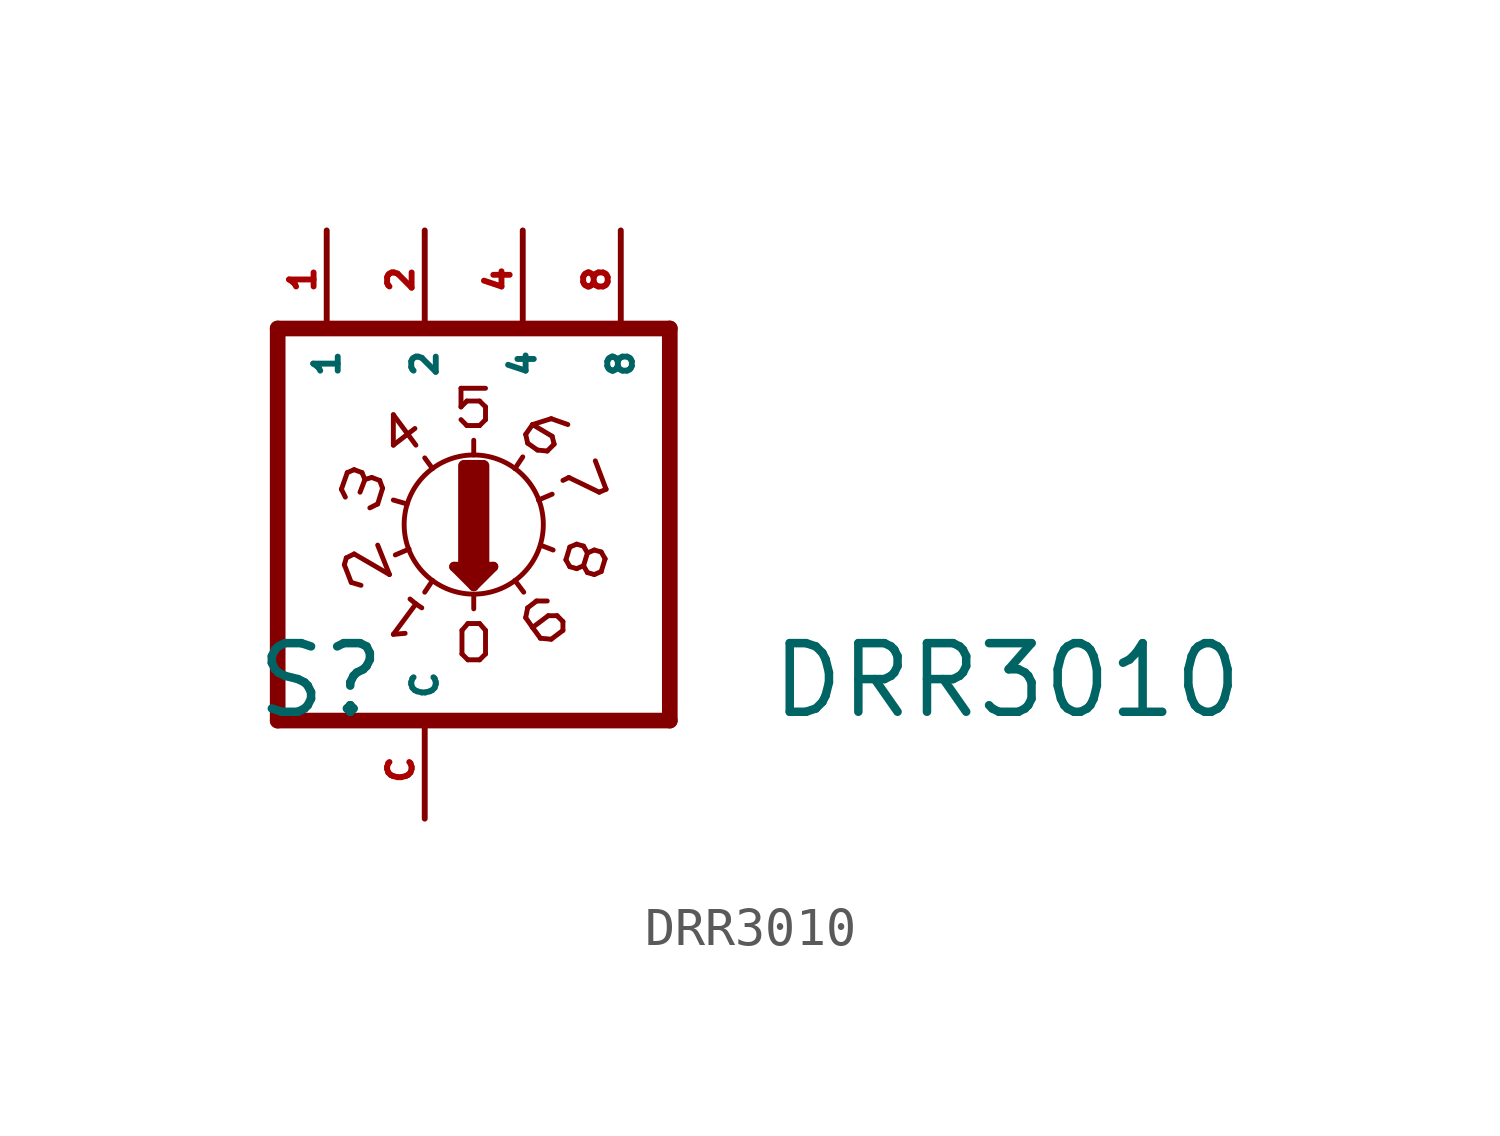
<source format=kicad_sym>
(kicad_symbol_lib
  (version 20220914)
  (generator Eagle2Kicad)
  (symbol "DRR3010"
    (property "Reference" "S"
      (at -4.445 -5.08 0)
      (effects (font (size 1.778 1.778) (thickness 0.22)) (justify left bottom)))
    (property "Value" "DRR3010"
      (at 8.89 -5.08 0)
      (effects (font (size 1.778 1.778) (thickness 0.22)) (justify left bottom)))
    (polyline
      (pts (xy 6.35 -5.08) (xy 6.35 5.08))
      (stroke (width 0.406) (type default))
      (fill (type none)))
    (polyline
      (pts (xy 1.27 1.803) (xy 1.27 2.184))
      (stroke (width 0.127) (type default))
      (fill (type none)))
    (polyline
      (pts (xy 0.762 -1.092) (xy 1.27 -1.6))
      (stroke (width 0.254) (type default))
      (fill (type none)))
    (polyline
      (pts (xy 1.27 -1.6) (xy 1.778 -1.092))
      (stroke (width 0.254) (type default))
      (fill (type none)))
    (polyline
      (pts (xy 1.778 -1.092) (xy 0.762 -1.092))
      (stroke (width 0.254) (type default))
      (fill (type none)))
    (polyline
      (pts (xy 1.27 -1.829) (xy 1.27 -2.184))
      (stroke (width 0.127) (type default))
      (fill (type none)))
    (polyline
      (pts (xy 1.016 -1.219) (xy 1.524 -1.219))
      (stroke (width 0.254) (type default))
      (fill (type none)))
    (polyline
      (pts (xy 1.27 -1.473) (xy 1.27 -1.346))
      (stroke (width 0.254) (type default))
      (fill (type none)))
    (polyline
      (pts (xy -3.81 -5.08) (xy -3.81 5.08))
      (stroke (width 0.406) (type default))
      (fill (type none)))
    (polyline
      (pts (xy 1.118 -3.505) (xy 1.422 -3.505))
      (stroke (width 0.127) (type default))
      (fill (type none)))
    (polyline
      (pts (xy 1.422 -3.505) (xy 1.575 -3.353))
      (stroke (width 0.127) (type default))
      (fill (type none)))
    (polyline
      (pts (xy 1.575 -3.353) (xy 1.575 -2.743))
      (stroke (width 0.127) (type default))
      (fill (type none)))
    (polyline
      (pts (xy 1.575 -2.743) (xy 1.422 -2.565))
      (stroke (width 0.127) (type default))
      (fill (type none)))
    (polyline
      (pts (xy 1.422 -2.565) (xy 1.118 -2.565))
      (stroke (width 0.127) (type default))
      (fill (type none)))
    (polyline
      (pts (xy 1.118 -2.565) (xy 0.965 -2.743))
      (stroke (width 0.127) (type default))
      (fill (type none)))
    (polyline
      (pts (xy 0.965 -2.743) (xy 0.965 -3.353))
      (stroke (width 0.127) (type default))
      (fill (type none)))
    (polyline
      (pts (xy 0.965 -3.353) (xy 1.118 -3.505))
      (stroke (width 0.127) (type default))
      (fill (type none)))
    (polyline
      (pts (xy 0.94 2.718) (xy 1.092 2.565))
      (stroke (width 0.127) (type default))
      (fill (type none)))
    (polyline
      (pts (xy 1.092 2.565) (xy 1.422 2.565))
      (stroke (width 0.127) (type default))
      (fill (type none)))
    (polyline
      (pts (xy 1.422 2.565) (xy 1.575 2.718))
      (stroke (width 0.127) (type default))
      (fill (type none)))
    (polyline
      (pts (xy 1.575 3.048) (xy 1.575 2.718))
      (stroke (width 0.127) (type default))
      (fill (type none)))
    (polyline
      (pts (xy 1.575 3.048) (xy 1.422 3.2))
      (stroke (width 0.127) (type default))
      (fill (type none)))
    (polyline
      (pts (xy 1.422 3.2) (xy 1.092 3.2))
      (stroke (width 0.127) (type default))
      (fill (type none)))
    (polyline
      (pts (xy 1.092 3.2) (xy 0.94 3.048))
      (stroke (width 0.127) (type default))
      (fill (type none)))
    (polyline
      (pts (xy 0.94 3.048) (xy 0.94 3.531))
      (stroke (width 0.127) (type default))
      (fill (type none)))
    (polyline
      (pts (xy 1.575 3.531) (xy 0.94 3.531))
      (stroke (width 0.127) (type default))
      (fill (type none)))
    (polyline
      (pts (xy -0.381 -1.93) (xy -0.229 -2.057))
      (stroke (width 0.127) (type default))
      (fill (type none)))
    (polyline
      (pts (xy 0.203 -1.448) (xy 0 -1.753))
      (stroke (width 0.127) (type default))
      (fill (type none)))
    (polyline
      (pts (xy -0.229 -2.057) (xy -0.813 -2.845))
      (stroke (width 0.127) (type default))
      (fill (type none)))
    (polyline
      (pts (xy -0.229 -2.057) (xy -0.076 -2.159))
      (stroke (width 0.127) (type default))
      (fill (type none)))
    (polyline
      (pts (xy -0.813 -2.845) (xy -0.508 -2.819))
      (stroke (width 0.127) (type default))
      (fill (type none)))
    (polyline
      (pts (xy -1.219 -0.533) (xy -0.914 -1.295))
      (stroke (width 0.127) (type default))
      (fill (type none)))
    (polyline
      (pts (xy -0.914 -1.295) (xy -1.829 -0.762))
      (stroke (width 0.127) (type default))
      (fill (type none)))
    (polyline
      (pts (xy -1.829 -0.762) (xy -2.032 -0.864))
      (stroke (width 0.127) (type default))
      (fill (type none)))
    (polyline
      (pts (xy -2.032 -0.864) (xy -2.083 -1.041))
      (stroke (width 0.127) (type default))
      (fill (type none)))
    (polyline
      (pts (xy -2.083 -1.041) (xy -1.905 -1.499))
      (stroke (width 0.127) (type default))
      (fill (type none)))
    (polyline
      (pts (xy -1.905 -1.499) (xy -1.651 -1.575))
      (stroke (width 0.127) (type default))
      (fill (type none)))
    (polyline
      (pts (xy -0.406 -0.635) (xy -0.762 -0.787))
      (stroke (width 0.127) (type default))
      (fill (type none)))
    (polyline
      (pts (xy -0.457 0.533) (xy -0.813 0.635))
      (stroke (width 0.127) (type default))
      (fill (type none)))
    (polyline
      (pts (xy -1.219 0.533) (xy -1.092 0.94))
      (stroke (width 0.127) (type default))
      (fill (type none)))
    (polyline
      (pts (xy -1.092 0.94) (xy -1.168 1.143))
      (stroke (width 0.127) (type default))
      (fill (type none)))
    (polyline
      (pts (xy -1.168 1.143) (xy -1.372 1.219))
      (stroke (width 0.127) (type default))
      (fill (type none)))
    (polyline
      (pts (xy -1.549 1.168) (xy -1.626 1.346))
      (stroke (width 0.127) (type default))
      (fill (type none)))
    (polyline
      (pts (xy -1.549 1.168) (xy -1.676 0.838))
      (stroke (width 0.127) (type default))
      (fill (type none)))
    (polyline
      (pts (xy -1.626 1.346) (xy -1.829 1.422))
      (stroke (width 0.127) (type default))
      (fill (type none)))
    (polyline
      (pts (xy -1.829 1.422) (xy -2.007 1.346))
      (stroke (width 0.127) (type default))
      (fill (type none)))
    (polyline
      (pts (xy -2.007 1.346) (xy -2.159 0.914))
      (stroke (width 0.127) (type default))
      (fill (type none)))
    (polyline
      (pts (xy -2.159 0.914) (xy -2.057 0.711))
      (stroke (width 0.127) (type default))
      (fill (type none)))
    (polyline
      (pts (xy -1.219 0.533) (xy -1.422 0.432))
      (stroke (width 0.127) (type default))
      (fill (type none)))
    (polyline
      (pts (xy -1.372 1.219) (xy -1.549 1.168))
      (stroke (width 0.127) (type default))
      (fill (type none)))
    (polyline
      (pts (xy -0.813 2.845) (xy -0.813 2.057))
      (stroke (width 0.127) (type default))
      (fill (type none)))
    (polyline
      (pts (xy -0.813 2.057) (xy -0.254 2.489))
      (stroke (width 0.127) (type default))
      (fill (type none)))
    (polyline
      (pts (xy -0.813 2.845) (xy -0.229 2.057))
      (stroke (width 0.127) (type default))
      (fill (type none)))
    (polyline
      (pts (xy 0.203 1.448) (xy 0 1.727))
      (stroke (width 0.127) (type default))
      (fill (type none)))
    (polyline
      (pts (xy 2.337 1.448) (xy 2.54 1.753))
      (stroke (width 0.127) (type default))
      (fill (type none)))
    (polyline
      (pts (xy 2.946 0.635) (xy 3.302 0.787))
      (stroke (width 0.127) (type default))
      (fill (type none)))
    (polyline
      (pts (xy 2.667 2.108) (xy 2.921 1.93))
      (stroke (width 0.127) (type default))
      (fill (type none)))
    (polyline
      (pts (xy 2.921 1.93) (xy 3.175 1.905))
      (stroke (width 0.127) (type default))
      (fill (type none)))
    (polyline
      (pts (xy 3.175 1.905) (xy 3.353 2.083))
      (stroke (width 0.127) (type default))
      (fill (type none)))
    (polyline
      (pts (xy 3.353 2.083) (xy 3.302 2.286))
      (stroke (width 0.127) (type default))
      (fill (type none)))
    (polyline
      (pts (xy 3.302 2.286) (xy 2.794 2.591))
      (stroke (width 0.127) (type default))
      (fill (type none)))
    (polyline
      (pts (xy 2.794 2.591) (xy 3.277 2.743))
      (stroke (width 0.127) (type default))
      (fill (type none)))
    (polyline
      (pts (xy 3.277 2.743) (xy 3.708 2.591))
      (stroke (width 0.127) (type default))
      (fill (type none)))
    (polyline
      (pts (xy 2.667 2.108) (xy 2.616 2.337))
      (stroke (width 0.127) (type default))
      (fill (type none)))
    (polyline
      (pts (xy 2.616 2.337) (xy 2.794 2.591))
      (stroke (width 0.127) (type default))
      (fill (type none)))
    (polyline
      (pts (xy 4.42 1.651) (xy 4.699 0.914))
      (stroke (width 0.127) (type default))
      (fill (type none)))
    (polyline
      (pts (xy 4.699 0.914) (xy 4.521 0.838))
      (stroke (width 0.127) (type default))
      (fill (type none)))
    (polyline
      (pts (xy 4.521 0.838) (xy 3.734 1.219))
      (stroke (width 0.127) (type default))
      (fill (type none)))
    (polyline
      (pts (xy 3.734 1.219) (xy 3.581 1.143))
      (stroke (width 0.127) (type default))
      (fill (type none)))
    (polyline
      (pts (xy 4.216 -0.737) (xy 4.115 -0.559))
      (stroke (width 0.127) (type default))
      (fill (type none)))
    (polyline
      (pts (xy 4.115 -0.559) (xy 3.937 -0.508))
      (stroke (width 0.127) (type default))
      (fill (type none)))
    (polyline
      (pts (xy 3.937 -0.508) (xy 3.759 -0.584))
      (stroke (width 0.127) (type default))
      (fill (type none)))
    (polyline
      (pts (xy 4.115 -1.067) (xy 4.216 -0.737))
      (stroke (width 0.127) (type default))
      (fill (type none)))
    (polyline
      (pts (xy 3.759 -0.584) (xy 3.658 -0.914))
      (stroke (width 0.127) (type default))
      (fill (type none)))
    (polyline
      (pts (xy 3.658 -0.914) (xy 3.759 -1.092))
      (stroke (width 0.127) (type default))
      (fill (type none)))
    (polyline
      (pts (xy 3.759 -1.092) (xy 3.937 -1.143))
      (stroke (width 0.127) (type default))
      (fill (type none)))
    (polyline
      (pts (xy 3.937 -1.143) (xy 4.115 -1.067))
      (stroke (width 0.127) (type default))
      (fill (type none)))
    (polyline
      (pts (xy 4.674 -0.889) (xy 4.572 -0.711))
      (stroke (width 0.127) (type default))
      (fill (type none)))
    (polyline
      (pts (xy 4.572 -0.711) (xy 4.394 -0.66))
      (stroke (width 0.127) (type default))
      (fill (type none)))
    (polyline
      (pts (xy 4.394 -0.66) (xy 4.216 -0.737))
      (stroke (width 0.127) (type default))
      (fill (type none)))
    (polyline
      (pts (xy 4.572 -1.219) (xy 4.674 -0.889))
      (stroke (width 0.127) (type default))
      (fill (type none)))
    (polyline
      (pts (xy 4.115 -1.067) (xy 4.216 -1.245))
      (stroke (width 0.127) (type default))
      (fill (type none)))
    (polyline
      (pts (xy 4.216 -1.245) (xy 4.394 -1.295))
      (stroke (width 0.127) (type default))
      (fill (type none)))
    (polyline
      (pts (xy 4.394 -1.295) (xy 4.572 -1.219))
      (stroke (width 0.127) (type default))
      (fill (type none)))
    (polyline
      (pts (xy 2.667 -2.159) (xy 2.896 -1.981))
      (stroke (width 0.127) (type default))
      (fill (type none)))
    (polyline
      (pts (xy 2.896 -1.981) (xy 3.175 -1.981))
      (stroke (width 0.127) (type default))
      (fill (type none)))
    (polyline
      (pts (xy 2.667 -2.159) (xy 2.616 -2.413))
      (stroke (width 0.127) (type default))
      (fill (type none)))
    (polyline
      (pts (xy 2.616 -2.413) (xy 2.794 -2.667))
      (stroke (width 0.127) (type default))
      (fill (type none)))
    (polyline
      (pts (xy 2.997 -2.946) (xy 3.277 -2.972))
      (stroke (width 0.127) (type default))
      (fill (type none)))
    (polyline
      (pts (xy 3.277 -2.972) (xy 3.581 -2.743))
      (stroke (width 0.127) (type default))
      (fill (type none)))
    (polyline
      (pts (xy 3.581 -2.743) (xy 3.581 -2.515))
      (stroke (width 0.127) (type default))
      (fill (type none)))
    (polyline
      (pts (xy 3.581 -2.515) (xy 3.429 -2.362))
      (stroke (width 0.127) (type default))
      (fill (type none)))
    (polyline
      (pts (xy 3.429 -2.362) (xy 3.2 -2.362))
      (stroke (width 0.127) (type default))
      (fill (type none)))
    (polyline
      (pts (xy 3.2 -2.362) (xy 2.794 -2.667))
      (stroke (width 0.127) (type default))
      (fill (type none)))
    (polyline
      (pts (xy 2.794 -2.667) (xy 2.997 -2.946))
      (stroke (width 0.127) (type default))
      (fill (type none)))
    (polyline
      (pts (xy 2.997 -0.533) (xy 3.327 -0.66))
      (stroke (width 0.127) (type default))
      (fill (type none)))
    (polyline
      (pts (xy 2.337 -1.448) (xy 2.565 -1.753))
      (stroke (width 0.127) (type default))
      (fill (type none)))
    (polyline
      (pts (xy -3.81 -5.08) (xy 6.35 -5.08))
      (stroke (width 0.406) (type default))
      (fill (type none)))
    (polyline
      (pts (xy 6.35 5.08) (xy -3.81 5.08))
      (stroke (width 0.406) (type default))
      (fill (type none)))
    (circle
      (center 1.27 0)
      (radius 1.803)
      (stroke (width 0.127) (type default))
      (fill (type none)))
    (rectangle
      (start 1.016 -1.016)
      (end 1.524 1.524)
      (stroke (width 0.3) (type default))
      (fill (type outline)))
    (pin passive line
      (at 5.08 7.62 270)
      (length 2.54)
      (name "8" (effects (font (size 0.635 0.635) (thickness 0.08)) (justify left bottom)))
      (number "8" (effects (font (size 0.635 0.635) (thickness 0.08)) (justify left bottom))))
    (pin passive line
      (at 2.54 7.62 270)
      (length 2.54)
      (name "4" (effects (font (size 0.635 0.635) (thickness 0.08)) (justify left bottom)))
      (number "4" (effects (font (size 0.635 0.635) (thickness 0.08)) (justify left bottom))))
    (pin passive line
      (at 0 7.62 270)
      (length 2.54)
      (name "2" (effects (font (size 0.635 0.635) (thickness 0.08)) (justify left bottom)))
      (number "2" (effects (font (size 0.635 0.635) (thickness 0.08)) (justify left bottom))))
    (pin passive line
      (at -2.54 7.62 270)
      (length 2.54)
      (name "1" (effects (font (size 0.635 0.635) (thickness 0.08)) (justify left bottom)))
      (number "1" (effects (font (size 0.635 0.635) (thickness 0.08)) (justify left bottom))))
    (pin passive line
      (at 0 -7.62 90)
      (length 2.54)
      (name "C" (effects (font (size 0.635 0.635) (thickness 0.08)) (justify left bottom)))
      (number "C" (effects (font (size 0.635 0.635) (thickness 0.08)) (justify left bottom))))))
</source>
